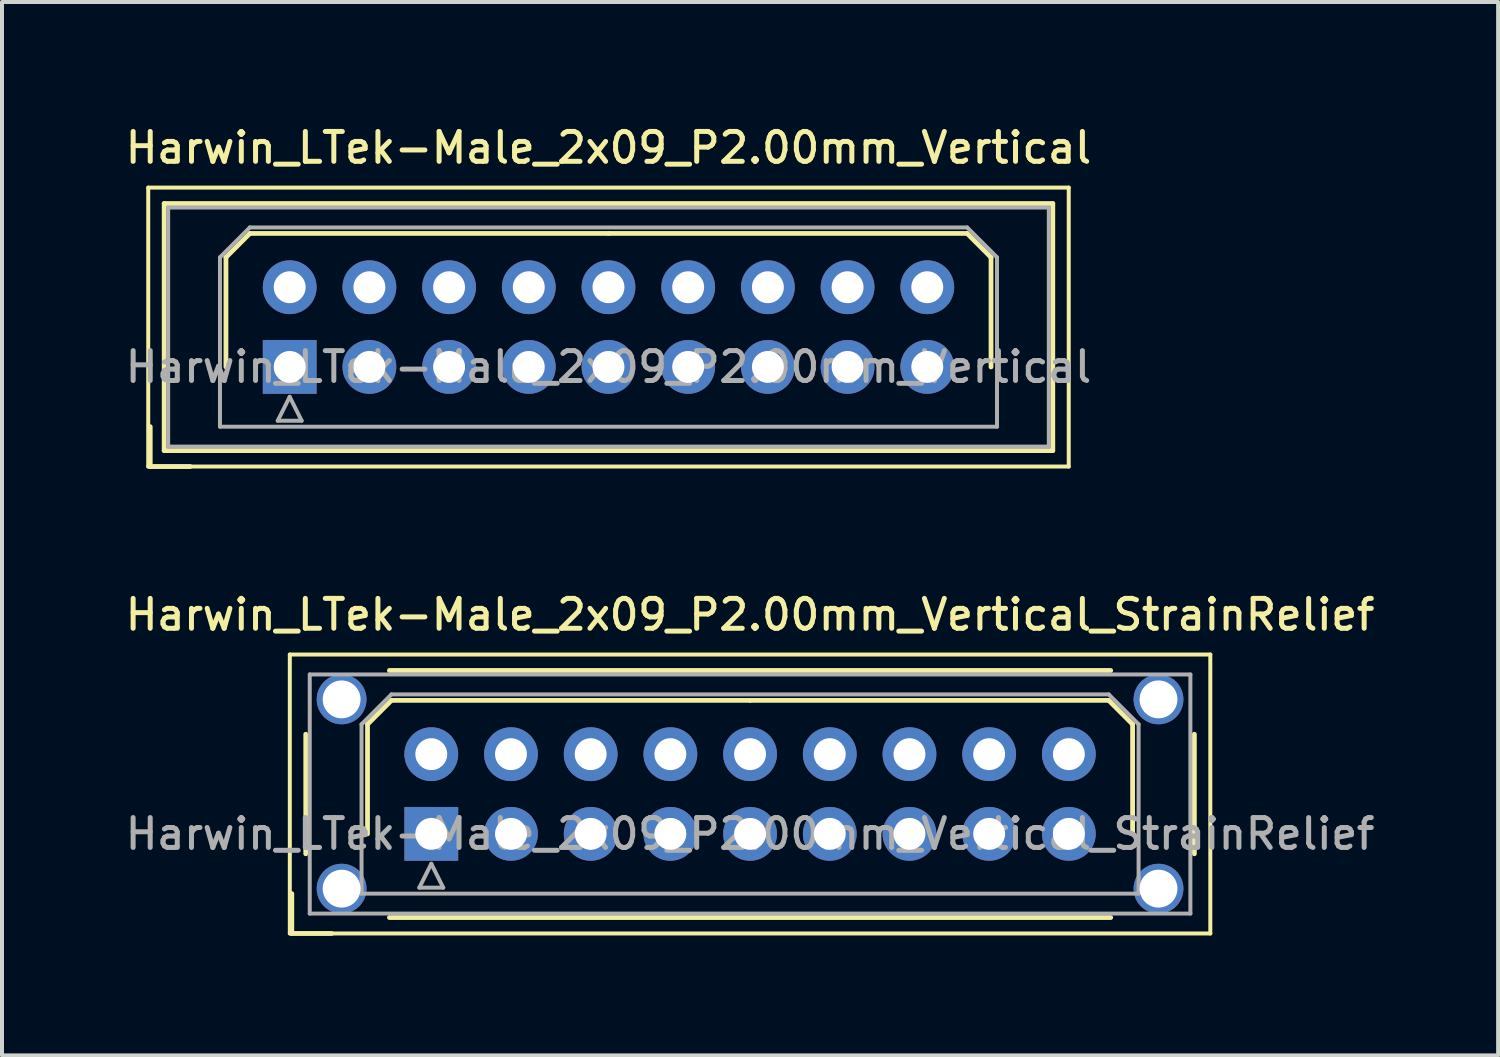
<source format=kicad_pcb>
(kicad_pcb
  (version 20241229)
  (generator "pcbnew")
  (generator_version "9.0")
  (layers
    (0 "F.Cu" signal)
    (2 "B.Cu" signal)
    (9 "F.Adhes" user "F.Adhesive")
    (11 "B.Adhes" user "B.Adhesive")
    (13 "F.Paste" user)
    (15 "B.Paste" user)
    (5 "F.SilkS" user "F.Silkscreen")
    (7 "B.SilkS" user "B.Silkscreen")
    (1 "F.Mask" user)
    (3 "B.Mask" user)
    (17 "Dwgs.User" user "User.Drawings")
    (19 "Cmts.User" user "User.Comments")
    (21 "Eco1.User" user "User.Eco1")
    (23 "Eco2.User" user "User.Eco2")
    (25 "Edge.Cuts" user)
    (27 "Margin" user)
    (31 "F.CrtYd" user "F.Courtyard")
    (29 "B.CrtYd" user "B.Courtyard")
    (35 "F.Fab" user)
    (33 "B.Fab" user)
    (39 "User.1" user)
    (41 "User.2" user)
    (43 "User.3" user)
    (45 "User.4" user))
  (footprint "Harwin_LTek-Male_2x09_P2.00mm_Vertical"
    (layer "F.Cu")
    (at 4.22 6.158)
    (property "Reference" "Harwin_LTek-Male_2x09_P2.00mm_Vertical" (at 8 -5.5 0) (layer "F.SilkS") (effects (font (size 0.75 0.75) (thickness 0.125))))
    (attr through_hole)
    (fp_line (start -3.55 -4.5) (end -3.55 2.5) (stroke (width 0.1) (type solid)) (layer "F.SilkS"))
    (fp_line (start -3.55 2.5) (end 19.55 2.5) (stroke (width 0.1) (type solid)) (layer "F.SilkS"))
    (fp_line (start -3.5 1.5) (end -3.5 2.5) (stroke (width 0.12) (type solid)) (layer "F.SilkS"))
    (fp_line (start -3.5 2.5) (end -2.5 2.5) (stroke (width 0.12) (type solid)) (layer "F.SilkS"))
    (fp_line (start -3.15 -4.1) (end -3.15 2.1) (stroke (width 0.12) (type solid)) (layer "F.SilkS"))
    (fp_line (start -3.15 2.1) (end 19.15 2.1) (stroke (width 0.12) (type solid)) (layer "F.SilkS"))
    (fp_line (start -1.6 -2.75) (end -1 -3.35) (stroke (width 0.12) (type solid)) (layer "F.SilkS"))
    (fp_line (start -1.6 0) (end -1.6 -2.75) (stroke (width 0.12) (type solid)) (layer "F.SilkS"))
    (fp_line (start -1 -3.35) (end 8 -3.35) (stroke (width 0.12) (type solid)) (layer "F.SilkS"))
    (fp_line (start 17 -3.35) (end 8 -3.35) (stroke (width 0.12) (type solid)) (layer "F.SilkS"))
    (fp_line (start 17.6 -2.75) (end 17 -3.35) (stroke (width 0.12) (type solid)) (layer "F.SilkS"))
    (fp_line (start 17.6 0) (end 17.6 -2.75) (stroke (width 0.12) (type solid)) (layer "F.SilkS"))
    (fp_line (start 19.15 -4.1) (end -3.15 -4.1) (stroke (width 0.12) (type solid)) (layer "F.SilkS"))
    (fp_line (start 19.15 2.1) (end 19.15 -4.1) (stroke (width 0.12) (type solid)) (layer "F.SilkS"))
    (fp_line (start 19.55 -4.5) (end -3.55 -4.5) (stroke (width 0.1) (type solid)) (layer "F.SilkS"))
    (fp_line (start 19.55 2.5) (end 19.55 -4.5) (stroke (width 0.1) (type solid)) (layer "F.SilkS"))
    (fp_line (start -3.05 -4) (end -3.05 2) (stroke (width 0.1) (type solid)) (layer "F.Fab"))
    (fp_line (start -3.05 2) (end 19.05 2) (stroke (width 0.1) (type solid)) (layer "F.Fab"))
    (fp_line (start -1.75 -2.75) (end -1 -3.5) (stroke (width 0.1) (type solid)) (layer "F.Fab"))
    (fp_line (start -1.75 1.5) (end -1.75 -2.75) (stroke (width 0.1) (type solid)) (layer "F.Fab"))
    (fp_line (start -1 -3.5) (end 17 -3.5) (stroke (width 0.1) (type solid)) (layer "F.Fab"))
    (fp_line (start -0.3 1.35) (end 0.3 1.35) (stroke (width 0.1) (type solid)) (layer "F.Fab"))
    (fp_line (start 0 0.75) (end -0.3 1.35) (stroke (width 0.1) (type solid)) (layer "F.Fab"))
    (fp_line (start 0.3 1.35) (end 0 0.75) (stroke (width 0.1) (type solid)) (layer "F.Fab"))
    (fp_line (start 17 -3.5) (end 17.75 -2.75) (stroke (width 0.1) (type solid)) (layer "F.Fab"))
    (fp_line (start 17.75 -2.75) (end 17.75 1.5) (stroke (width 0.1) (type solid)) (layer "F.Fab"))
    (fp_line (start 17.75 1.5) (end -1.75 1.5) (stroke (width 0.1) (type solid)) (layer "F.Fab"))
    (fp_line (start 19.05 -4) (end -3.05 -4) (stroke (width 0.1) (type solid)) (layer "F.Fab"))
    (fp_line (start 19.05 2) (end 19.05 -4) (stroke (width 0.1) (type solid)) (layer "F.Fab"))
    (fp_text user "${REFERENCE}" (at 8 0 0) (layer "F.Fab") (effects (font (size 0.75 0.75) (thickness 0.125))))
    (pad "1" thru_hole rect (at 0 0) (size 1.35 1.35) (drill 0.8) (layers "*.Cu" "*.Mask"))
    (pad "2" thru_hole circle (at 0 -2) (size 1.35 1.35) (drill 0.8) (layers "*.Cu" "*.Mask"))
    (pad "3" thru_hole circle (at 2 0) (size 1.35 1.35) (drill 0.8) (layers "*.Cu" "*.Mask"))
    (pad "4" thru_hole circle (at 2 -2) (size 1.35 1.35) (drill 0.8) (layers "*.Cu" "*.Mask"))
    (pad "5" thru_hole circle (at 4 0) (size 1.35 1.35) (drill 0.8) (layers "*.Cu" "*.Mask"))
    (pad "6" thru_hole circle (at 4 -2) (size 1.35 1.35) (drill 0.8) (layers "*.Cu" "*.Mask"))
    (pad "7" thru_hole circle (at 6 0) (size 1.35 1.35) (drill 0.8) (layers "*.Cu" "*.Mask"))
    (pad "8" thru_hole circle (at 6 -2) (size 1.35 1.35) (drill 0.8) (layers "*.Cu" "*.Mask"))
    (pad "9" thru_hole circle (at 8 0) (size 1.35 1.35) (drill 0.8) (layers "*.Cu" "*.Mask"))
    (pad "10" thru_hole circle (at 8 -2) (size 1.35 1.35) (drill 0.8) (layers "*.Cu" "*.Mask"))
    (pad "11" thru_hole circle (at 10 0) (size 1.35 1.35) (drill 0.8) (layers "*.Cu" "*.Mask"))
    (pad "12" thru_hole circle (at 10 -2) (size 1.35 1.35) (drill 0.8) (layers "*.Cu" "*.Mask"))
    (pad "13" thru_hole circle (at 12 0) (size 1.35 1.35) (drill 0.8) (layers "*.Cu" "*.Mask"))
    (pad "14" thru_hole circle (at 12 -2) (size 1.35 1.35) (drill 0.8) (layers "*.Cu" "*.Mask"))
    (pad "15" thru_hole circle (at 14 0) (size 1.35 1.35) (drill 0.8) (layers "*.Cu" "*.Mask"))
    (pad "16" thru_hole circle (at 14 -2) (size 1.35 1.35) (drill 0.8) (layers "*.Cu" "*.Mask"))
    (pad "17" thru_hole circle (at 16 0) (size 1.35 1.35) (drill 0.8) (layers "*.Cu" "*.Mask"))
    (pad "18" thru_hole circle (at 16 -2) (size 1.35 1.35) (drill 0.8) (layers "*.Cu" "*.Mask")))
  (footprint "Harwin_LTek-Male_2x09_P2.00mm_Vertical_StrainRelief"
    (layer "F.Cu")
    (at 7.773 17.876)
    (property "Reference" "Harwin_LTek-Male_2x09_P2.00mm_Vertical_StrainRelief" (at 8 -5.5 0) (layer "F.SilkS") (effects (font (size 0.75 0.75) (thickness 0.125))))
    (attr through_hole)
    (fp_line (start -3.55 -4.5) (end -3.55 2.5) (stroke (width 0.1) (type solid)) (layer "F.SilkS"))
    (fp_line (start -3.55 2.5) (end 19.55 2.5) (stroke (width 0.1) (type solid)) (layer "F.SilkS"))
    (fp_line (start -3.5 1.5) (end -3.5 2.5) (stroke (width 0.12) (type solid)) (layer "F.SilkS"))
    (fp_line (start -3.5 2.5) (end -2.5 2.5) (stroke (width 0.12) (type solid)) (layer "F.SilkS"))
    (fp_line (start -3.15 -2.5) (end -3.15 0.5) (stroke (width 0.12) (type solid)) (layer "F.SilkS"))
    (fp_line (start -1.6 -2.75) (end -1 -3.35) (stroke (width 0.12) (type solid)) (layer "F.SilkS"))
    (fp_line (start -1.6 0) (end -1.6 -2.75) (stroke (width 0.12) (type solid)) (layer "F.SilkS"))
    (fp_line (start -1.05 -4.1) (end 17.05 -4.1) (stroke (width 0.12) (type solid)) (layer "F.SilkS"))
    (fp_line (start -1.05 2.1) (end 17.05 2.1) (stroke (width 0.12) (type solid)) (layer "F.SilkS"))
    (fp_line (start -1 -3.35) (end 8 -3.35) (stroke (width 0.12) (type solid)) (layer "F.SilkS"))
    (fp_line (start 17 -3.35) (end 8 -3.35) (stroke (width 0.12) (type solid)) (layer "F.SilkS"))
    (fp_line (start 17.6 -2.75) (end 17 -3.35) (stroke (width 0.12) (type solid)) (layer "F.SilkS"))
    (fp_line (start 17.6 0) (end 17.6 -2.75) (stroke (width 0.12) (type solid)) (layer "F.SilkS"))
    (fp_line (start 19.15 -2.5) (end 19.15 0.5) (stroke (width 0.12) (type solid)) (layer "F.SilkS"))
    (fp_line (start 19.55 -4.5) (end -3.55 -4.5) (stroke (width 0.1) (type solid)) (layer "F.SilkS"))
    (fp_line (start 19.55 2.5) (end 19.55 -4.5) (stroke (width 0.1) (type solid)) (layer "F.SilkS"))
    (fp_line (start -3.05 -4) (end -3.05 2) (stroke (width 0.1) (type solid)) (layer "F.Fab"))
    (fp_line (start -3.05 2) (end 19.05 2) (stroke (width 0.1) (type solid)) (layer "F.Fab"))
    (fp_line (start -1.75 -2.75) (end -1 -3.5) (stroke (width 0.1) (type solid)) (layer "F.Fab"))
    (fp_line (start -1.75 1.5) (end -1.75 -2.75) (stroke (width 0.1) (type solid)) (layer "F.Fab"))
    (fp_line (start -1 -3.5) (end 17 -3.5) (stroke (width 0.1) (type solid)) (layer "F.Fab"))
    (fp_line (start -0.3 1.35) (end 0.3 1.35) (stroke (width 0.1) (type solid)) (layer "F.Fab"))
    (fp_line (start 0 0.75) (end -0.3 1.35) (stroke (width 0.1) (type solid)) (layer "F.Fab"))
    (fp_line (start 0.3 1.35) (end 0 0.75) (stroke (width 0.1) (type solid)) (layer "F.Fab"))
    (fp_line (start 17 -3.5) (end 17.75 -2.75) (stroke (width 0.1) (type solid)) (layer "F.Fab"))
    (fp_line (start 17.75 -2.75) (end 17.75 1.5) (stroke (width 0.1) (type solid)) (layer "F.Fab"))
    (fp_line (start 17.75 1.5) (end -1.75 1.5) (stroke (width 0.1) (type solid)) (layer "F.Fab"))
    (fp_line (start 19.05 -4) (end -3.05 -4) (stroke (width 0.1) (type solid)) (layer "F.Fab"))
    (fp_line (start 19.05 2) (end 19.05 -4) (stroke (width 0.1) (type solid)) (layer "F.Fab"))
    (fp_text user "${REFERENCE}" (at 8 0 0) (layer "F.Fab") (effects (font (size 0.75 0.75) (thickness 0.125))))
    (pad "" thru_hole circle (at -2.25 -3.375) (size 1.25 1.25) (drill 0.95) (layers "*.Cu" "*.Mask"))
    (pad "" thru_hole circle (at -2.25 1.375) (size 1.25 1.25) (drill 0.95) (layers "*.Cu" "*.Mask"))
    (pad "" thru_hole circle (at 18.25 -3.375) (size 1.25 1.25) (drill 0.95) (layers "*.Cu" "*.Mask"))
    (pad "" thru_hole circle (at 18.25 1.375) (size 1.25 1.25) (drill 0.95) (layers "*.Cu" "*.Mask"))
    (pad "1" thru_hole rect (at 0 0) (size 1.35 1.35) (drill 0.8) (layers "*.Cu" "*.Mask"))
    (pad "2" thru_hole circle (at 0 -2) (size 1.35 1.35) (drill 0.8) (layers "*.Cu" "*.Mask"))
    (pad "3" thru_hole circle (at 2 0) (size 1.35 1.35) (drill 0.8) (layers "*.Cu" "*.Mask"))
    (pad "4" thru_hole circle (at 2 -2) (size 1.35 1.35) (drill 0.8) (layers "*.Cu" "*.Mask"))
    (pad "5" thru_hole circle (at 4 0) (size 1.35 1.35) (drill 0.8) (layers "*.Cu" "*.Mask"))
    (pad "6" thru_hole circle (at 4 -2) (size 1.35 1.35) (drill 0.8) (layers "*.Cu" "*.Mask"))
    (pad "7" thru_hole circle (at 6 0) (size 1.35 1.35) (drill 0.8) (layers "*.Cu" "*.Mask"))
    (pad "8" thru_hole circle (at 6 -2) (size 1.35 1.35) (drill 0.8) (layers "*.Cu" "*.Mask"))
    (pad "9" thru_hole circle (at 8 0) (size 1.35 1.35) (drill 0.8) (layers "*.Cu" "*.Mask"))
    (pad "10" thru_hole circle (at 8 -2) (size 1.35 1.35) (drill 0.8) (layers "*.Cu" "*.Mask"))
    (pad "11" thru_hole circle (at 10 0) (size 1.35 1.35) (drill 0.8) (layers "*.Cu" "*.Mask"))
    (pad "12" thru_hole circle (at 10 -2) (size 1.35 1.35) (drill 0.8) (layers "*.Cu" "*.Mask"))
    (pad "13" thru_hole circle (at 12 0) (size 1.35 1.35) (drill 0.8) (layers "*.Cu" "*.Mask"))
    (pad "14" thru_hole circle (at 12 -2) (size 1.35 1.35) (drill 0.8) (layers "*.Cu" "*.Mask"))
    (pad "15" thru_hole circle (at 14 0) (size 1.35 1.35) (drill 0.8) (layers "*.Cu" "*.Mask"))
    (pad "16" thru_hole circle (at 14 -2) (size 1.35 1.35) (drill 0.8) (layers "*.Cu" "*.Mask"))
    (pad "17" thru_hole circle (at 16 0) (size 1.35 1.35) (drill 0.8) (layers "*.Cu" "*.Mask"))
    (pad "18" thru_hole circle (at 16 -2) (size 1.35 1.35) (drill 0.8) (layers "*.Cu" "*.Mask")))
  (gr_rect
    (start -3 -3)
    (end 34.546 23.436)
    (stroke (width 0.1) (type default))
    (fill no)
    (layer "Edge.Cuts")))
</source>
